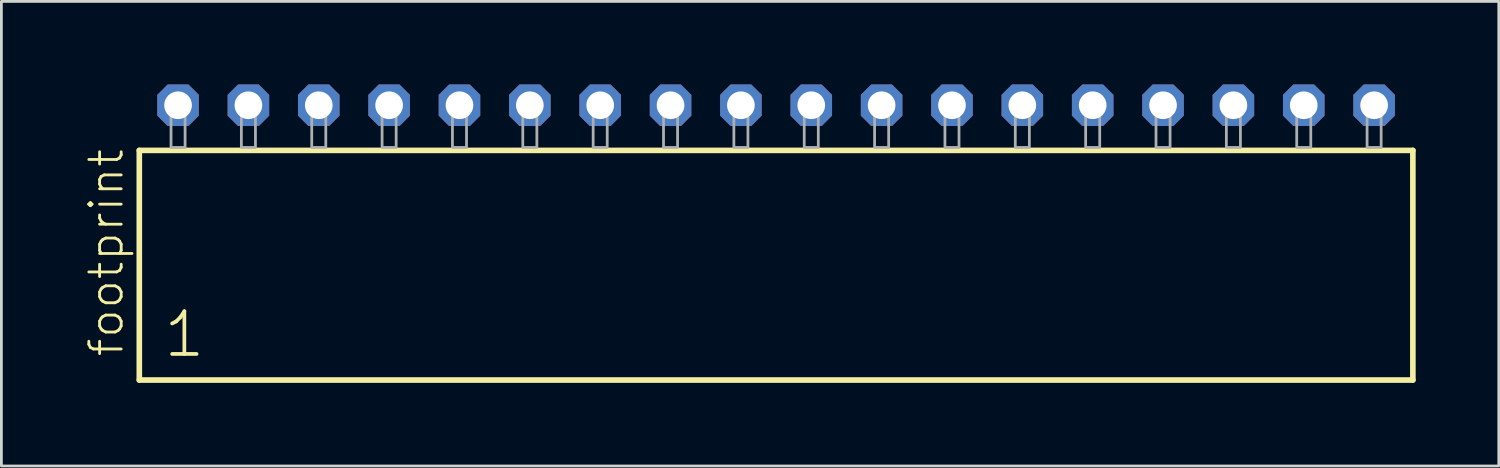
<source format=kicad_pcb>
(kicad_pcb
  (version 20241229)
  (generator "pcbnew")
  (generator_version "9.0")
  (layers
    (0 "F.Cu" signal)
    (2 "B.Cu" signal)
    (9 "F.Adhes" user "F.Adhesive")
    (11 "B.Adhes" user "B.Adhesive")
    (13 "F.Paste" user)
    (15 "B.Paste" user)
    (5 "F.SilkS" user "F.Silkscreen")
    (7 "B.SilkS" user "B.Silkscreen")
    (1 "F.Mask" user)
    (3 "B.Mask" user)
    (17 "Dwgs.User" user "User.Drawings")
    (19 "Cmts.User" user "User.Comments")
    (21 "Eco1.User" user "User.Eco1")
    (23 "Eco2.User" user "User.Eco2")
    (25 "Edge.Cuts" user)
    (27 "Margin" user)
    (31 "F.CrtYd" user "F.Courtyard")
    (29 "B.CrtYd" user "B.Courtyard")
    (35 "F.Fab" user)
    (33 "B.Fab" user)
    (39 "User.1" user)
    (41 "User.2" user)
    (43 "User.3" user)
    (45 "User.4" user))
  (footprint "footprint"
    (layer "F.Cu")
    (at 24.968 2.274)
    (property "Reference" "footprint" (at -23.495 7.62 90) (layer "F.SilkS") (effects (font (size 1.168 1.168) (thickness 0.102)) (justify left bottom)))
    (fp_line (start -22.989 0.106) (end -22.989 8.396) (stroke (width 0.203) (type solid)) (layer "F.SilkS"))
    (fp_line (start -22.989 8.396) (end 22.989 8.396) (stroke (width 0.203) (type solid)) (layer "F.SilkS"))
    (fp_line (start 22.989 0.106) (end -22.989 0.106) (stroke (width 0.203) (type solid)) (layer "F.SilkS"))
    (fp_line (start 22.989 8.396) (end 22.989 0.106) (stroke (width 0.203) (type solid)) (layer "F.SilkS"))
    (fp_poly (pts (xy -21.844 0) (xy -21.336 0) (xy -21.336 -1.778) (xy -21.844 -1.778)) (stroke (width 0.1) (type solid)) (fill no) (layer "F.Fab"))
    (fp_poly (pts (xy -19.304 0) (xy -18.796 0) (xy -18.796 -1.778) (xy -19.304 -1.778)) (stroke (width 0.1) (type solid)) (fill no) (layer "F.Fab"))
    (fp_poly (pts (xy -16.764 0) (xy -16.256 0) (xy -16.256 -1.778) (xy -16.764 -1.778)) (stroke (width 0.1) (type solid)) (fill no) (layer "F.Fab"))
    (fp_poly (pts (xy -14.224 0) (xy -13.716 0) (xy -13.716 -1.778) (xy -14.224 -1.778)) (stroke (width 0.1) (type solid)) (fill no) (layer "F.Fab"))
    (fp_poly (pts (xy -11.684 0) (xy -11.176 0) (xy -11.176 -1.778) (xy -11.684 -1.778)) (stroke (width 0.1) (type solid)) (fill no) (layer "F.Fab"))
    (fp_poly (pts (xy -9.144 0) (xy -8.636 0) (xy -8.636 -1.778) (xy -9.144 -1.778)) (stroke (width 0.1) (type solid)) (fill no) (layer "F.Fab"))
    (fp_poly (pts (xy -6.604 0) (xy -6.096 0) (xy -6.096 -1.778) (xy -6.604 -1.778)) (stroke (width 0.1) (type solid)) (fill no) (layer "F.Fab"))
    (fp_poly (pts (xy -4.064 0) (xy -3.556 0) (xy -3.556 -1.778) (xy -4.064 -1.778)) (stroke (width 0.1) (type solid)) (fill no) (layer "F.Fab"))
    (fp_poly (pts (xy -1.524 0) (xy -1.016 0) (xy -1.016 -1.778) (xy -1.524 -1.778)) (stroke (width 0.1) (type solid)) (fill no) (layer "F.Fab"))
    (fp_poly (pts (xy 1.016 0) (xy 1.524 0) (xy 1.524 -1.778) (xy 1.016 -1.778)) (stroke (width 0.1) (type solid)) (fill no) (layer "F.Fab"))
    (fp_poly (pts (xy 3.556 0) (xy 4.064 0) (xy 4.064 -1.778) (xy 3.556 -1.778)) (stroke (width 0.1) (type solid)) (fill no) (layer "F.Fab"))
    (fp_poly (pts (xy 6.096 0) (xy 6.604 0) (xy 6.604 -1.778) (xy 6.096 -1.778)) (stroke (width 0.1) (type solid)) (fill no) (layer "F.Fab"))
    (fp_poly (pts (xy 8.636 0) (xy 9.144 0) (xy 9.144 -1.778) (xy 8.636 -1.778)) (stroke (width 0.1) (type solid)) (fill no) (layer "F.Fab"))
    (fp_poly (pts (xy 11.176 0) (xy 11.684 0) (xy 11.684 -1.778) (xy 11.176 -1.778)) (stroke (width 0.1) (type solid)) (fill no) (layer "F.Fab"))
    (fp_poly (pts (xy 13.716 0) (xy 14.224 0) (xy 14.224 -1.778) (xy 13.716 -1.778)) (stroke (width 0.1) (type solid)) (fill no) (layer "F.Fab"))
    (fp_poly (pts (xy 16.256 0) (xy 16.764 0) (xy 16.764 -1.778) (xy 16.256 -1.778)) (stroke (width 0.1) (type solid)) (fill no) (layer "F.Fab"))
    (fp_poly (pts (xy 18.796 0) (xy 19.304 0) (xy 19.304 -1.778) (xy 18.796 -1.778)) (stroke (width 0.1) (type solid)) (fill no) (layer "F.Fab"))
    (fp_poly (pts (xy 21.336 0) (xy 21.844 0) (xy 21.844 -1.778) (xy 21.336 -1.778)) (stroke (width 0.1) (type solid)) (fill no) (layer "F.Fab"))
    (fp_text user "1" (at -22.185 7.65 0) (layer "F.SilkS") (effects (font (size 1.542 1.542) (thickness 0.134)) (justify left bottom)))
    (pad "1" thru_hole roundrect (at -21.59 -1.524) (size 1.5 1.5) (drill 1) (layers "*.Cu" "*.Mask") (roundrect_rratio 0.25) (chamfer_ratio 0.25) (chamfer top_left top_right bottom_left bottom_right))
    (pad "2" thru_hole roundrect (at -19.05 -1.524) (size 1.5 1.5) (drill 1) (layers "*.Cu" "*.Mask") (roundrect_rratio 0.25) (chamfer_ratio 0.25) (chamfer top_left top_right bottom_left bottom_right))
    (pad "3" thru_hole roundrect (at -16.51 -1.524) (size 1.5 1.5) (drill 1) (layers "*.Cu" "*.Mask") (roundrect_rratio 0.25) (chamfer_ratio 0.25) (chamfer top_left top_right bottom_left bottom_right))
    (pad "4" thru_hole roundrect (at -13.97 -1.524) (size 1.5 1.5) (drill 1) (layers "*.Cu" "*.Mask") (roundrect_rratio 0.25) (chamfer_ratio 0.25) (chamfer top_left top_right bottom_left bottom_right))
    (pad "5" thru_hole roundrect (at -11.43 -1.524) (size 1.5 1.5) (drill 1) (layers "*.Cu" "*.Mask") (roundrect_rratio 0.25) (chamfer_ratio 0.25) (chamfer top_left top_right bottom_left bottom_right))
    (pad "6" thru_hole roundrect (at -8.89 -1.524) (size 1.5 1.5) (drill 1) (layers "*.Cu" "*.Mask") (roundrect_rratio 0.25) (chamfer_ratio 0.25) (chamfer top_left top_right bottom_left bottom_right))
    (pad "7" thru_hole roundrect (at -6.35 -1.524) (size 1.5 1.5) (drill 1) (layers "*.Cu" "*.Mask") (roundrect_rratio 0.25) (chamfer_ratio 0.25) (chamfer top_left top_right bottom_left bottom_right))
    (pad "8" thru_hole roundrect (at -3.81 -1.524) (size 1.5 1.5) (drill 1) (layers "*.Cu" "*.Mask") (roundrect_rratio 0.25) (chamfer_ratio 0.25) (chamfer top_left top_right bottom_left bottom_right))
    (pad "9" thru_hole roundrect (at -1.27 -1.524) (size 1.5 1.5) (drill 1) (layers "*.Cu" "*.Mask") (roundrect_rratio 0.25) (chamfer_ratio 0.25) (chamfer top_left top_right bottom_left bottom_right))
    (pad "10" thru_hole roundrect (at 1.27 -1.524) (size 1.5 1.5) (drill 1) (layers "*.Cu" "*.Mask") (roundrect_rratio 0.25) (chamfer_ratio 0.25) (chamfer top_left top_right bottom_left bottom_right))
    (pad "11" thru_hole roundrect (at 3.81 -1.524) (size 1.5 1.5) (drill 1) (layers "*.Cu" "*.Mask") (roundrect_rratio 0.25) (chamfer_ratio 0.25) (chamfer top_left top_right bottom_left bottom_right))
    (pad "12" thru_hole roundrect (at 6.35 -1.524) (size 1.5 1.5) (drill 1) (layers "*.Cu" "*.Mask") (roundrect_rratio 0.25) (chamfer_ratio 0.25) (chamfer top_left top_right bottom_left bottom_right))
    (pad "13" thru_hole roundrect (at 8.89 -1.524) (size 1.5 1.5) (drill 1) (layers "*.Cu" "*.Mask") (roundrect_rratio 0.25) (chamfer_ratio 0.25) (chamfer top_left top_right bottom_left bottom_right))
    (pad "14" thru_hole roundrect (at 11.43 -1.524) (size 1.5 1.5) (drill 1) (layers "*.Cu" "*.Mask") (roundrect_rratio 0.25) (chamfer_ratio 0.25) (chamfer top_left top_right bottom_left bottom_right))
    (pad "15" thru_hole roundrect (at 13.97 -1.524) (size 1.5 1.5) (drill 1) (layers "*.Cu" "*.Mask") (roundrect_rratio 0.25) (chamfer_ratio 0.25) (chamfer top_left top_right bottom_left bottom_right))
    (pad "16" thru_hole roundrect (at 16.51 -1.524) (size 1.5 1.5) (drill 1) (layers "*.Cu" "*.Mask") (roundrect_rratio 0.25) (chamfer_ratio 0.25) (chamfer top_left top_right bottom_left bottom_right))
    (pad "17" thru_hole roundrect (at 19.05 -1.524) (size 1.5 1.5) (drill 1) (layers "*.Cu" "*.Mask") (roundrect_rratio 0.25) (chamfer_ratio 0.25) (chamfer top_left top_right bottom_left bottom_right))
    (pad "18" thru_hole roundrect (at 21.59 -1.524) (size 1.5 1.5) (drill 1) (layers "*.Cu" "*.Mask") (roundrect_rratio 0.25) (chamfer_ratio 0.25) (chamfer top_left top_right bottom_left bottom_right)))
  (gr_rect
    (start -3 -3)
    (end 51.059 13.772)
    (stroke (width 0.1) (type default))
    (fill no)
    (layer "Edge.Cuts")))
</source>
